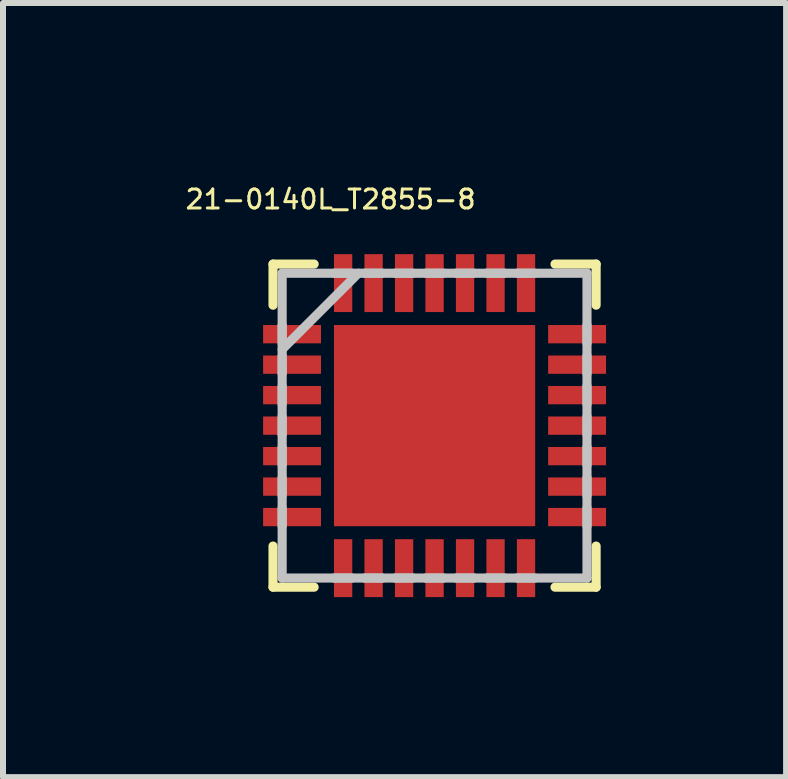
<source format=kicad_pcb>
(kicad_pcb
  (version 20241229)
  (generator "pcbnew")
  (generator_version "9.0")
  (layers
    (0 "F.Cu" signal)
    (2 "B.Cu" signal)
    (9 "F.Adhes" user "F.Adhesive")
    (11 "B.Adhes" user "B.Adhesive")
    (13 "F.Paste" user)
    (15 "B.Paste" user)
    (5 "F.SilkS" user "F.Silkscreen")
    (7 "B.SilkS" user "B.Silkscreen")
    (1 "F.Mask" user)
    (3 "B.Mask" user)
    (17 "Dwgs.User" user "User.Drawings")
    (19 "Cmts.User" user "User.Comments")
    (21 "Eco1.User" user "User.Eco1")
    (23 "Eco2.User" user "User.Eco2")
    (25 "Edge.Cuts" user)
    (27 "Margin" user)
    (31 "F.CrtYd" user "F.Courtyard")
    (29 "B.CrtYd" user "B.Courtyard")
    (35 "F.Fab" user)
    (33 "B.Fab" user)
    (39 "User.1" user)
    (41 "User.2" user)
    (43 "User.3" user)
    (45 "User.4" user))
  (footprint "21-0140L_T2855-8"
    (layer "F.Cu")
    (at 4.192 4.043)
    (property "Reference" "21-0140L_T2855-8" (at -1.733 -3.771 0) (layer "F.SilkS") (effects (font (size 0.316 0.316) (thickness 0.05))))
    (attr smd)
    (fp_line (start -2.692 -2.692) (end -2.692 -2.007) (stroke (width 0.152) (type solid)) (layer "F.SilkS"))
    (fp_line (start -2.692 2.007) (end -2.692 2.692) (stroke (width 0.152) (type solid)) (layer "F.SilkS"))
    (fp_line (start -2.692 2.692) (end -2.007 2.692) (stroke (width 0.152) (type solid)) (layer "F.SilkS"))
    (fp_line (start -2.007 -2.692) (end -2.692 -2.692) (stroke (width 0.152) (type solid)) (layer "F.SilkS"))
    (fp_line (start 2.007 2.692) (end 2.692 2.692) (stroke (width 0.152) (type solid)) (layer "F.SilkS"))
    (fp_line (start 2.692 -2.692) (end 2.007 -2.692) (stroke (width 0.152) (type solid)) (layer "F.SilkS"))
    (fp_line (start 2.692 -2.007) (end 2.692 -2.692) (stroke (width 0.152) (type solid)) (layer "F.SilkS"))
    (fp_line (start 2.692 2.692) (end 2.692 2.007) (stroke (width 0.152) (type solid)) (layer "F.SilkS"))
    (fp_poly (pts (xy -1.576 -1.576) (xy -1.576 -0.1) (xy -0.1 -0.1) (xy -0.1 -1.576)) (stroke (width 0.025) (type solid)) (fill yes) (layer "F.Paste"))
    (fp_poly (pts (xy -1.576 0.1) (xy -1.576 1.576) (xy -0.1 1.576) (xy -0.1 0.1)) (stroke (width 0.025) (type solid)) (fill yes) (layer "F.Paste"))
    (fp_poly (pts (xy 0.1 -1.576) (xy 0.1 -0.1) (xy 1.576 -0.1) (xy 1.576 -1.576)) (stroke (width 0.025) (type solid)) (fill yes) (layer "F.Paste"))
    (fp_poly (pts (xy 0.1 0.1) (xy 0.1 1.576) (xy 1.576 1.576) (xy 1.576 0.1)) (stroke (width 0.025) (type solid)) (fill yes) (layer "F.Paste"))
    (fp_line (start -2.54 -2.54) (end -2.54 2.54) (stroke (width 0.152) (type solid)) (layer "Dwgs.User"))
    (fp_line (start -2.54 -1.676) (end -2.54 -1.372) (stroke (width 0.152) (type solid)) (layer "Dwgs.User"))
    (fp_line (start -2.54 -1.27) (end -1.27 -2.54) (stroke (width 0.152) (type solid)) (layer "Dwgs.User"))
    (fp_line (start -2.54 -1.168) (end -2.54 -0.864) (stroke (width 0.152) (type solid)) (layer "Dwgs.User"))
    (fp_line (start -2.54 -0.66) (end -2.54 -0.356) (stroke (width 0.152) (type solid)) (layer "Dwgs.User"))
    (fp_line (start -2.54 -0.152) (end -2.54 0.152) (stroke (width 0.152) (type solid)) (layer "Dwgs.User"))
    (fp_line (start -2.54 0.356) (end -2.54 0.66) (stroke (width 0.152) (type solid)) (layer "Dwgs.User"))
    (fp_line (start -2.54 0.864) (end -2.54 1.168) (stroke (width 0.152) (type solid)) (layer "Dwgs.User"))
    (fp_line (start -2.54 1.372) (end -2.54 1.676) (stroke (width 0.152) (type solid)) (layer "Dwgs.User"))
    (fp_line (start -2.54 2.54) (end 2.54 2.54) (stroke (width 0.152) (type solid)) (layer "Dwgs.User"))
    (fp_line (start -1.676 2.54) (end -1.372 2.54) (stroke (width 0.152) (type solid)) (layer "Dwgs.User"))
    (fp_line (start -1.372 -2.54) (end -1.676 -2.54) (stroke (width 0.152) (type solid)) (layer "Dwgs.User"))
    (fp_line (start -1.168 2.54) (end -0.864 2.54) (stroke (width 0.152) (type solid)) (layer "Dwgs.User"))
    (fp_line (start -0.864 -2.54) (end -1.168 -2.54) (stroke (width 0.152) (type solid)) (layer "Dwgs.User"))
    (fp_line (start -0.66 2.54) (end -0.356 2.54) (stroke (width 0.152) (type solid)) (layer "Dwgs.User"))
    (fp_line (start -0.356 -2.54) (end -0.66 -2.54) (stroke (width 0.152) (type solid)) (layer "Dwgs.User"))
    (fp_line (start -0.152 2.54) (end 0.152 2.54) (stroke (width 0.152) (type solid)) (layer "Dwgs.User"))
    (fp_line (start 0.152 -2.54) (end -0.152 -2.54) (stroke (width 0.152) (type solid)) (layer "Dwgs.User"))
    (fp_line (start 0.356 2.54) (end 0.66 2.54) (stroke (width 0.152) (type solid)) (layer "Dwgs.User"))
    (fp_line (start 0.66 -2.54) (end 0.356 -2.54) (stroke (width 0.152) (type solid)) (layer "Dwgs.User"))
    (fp_line (start 0.864 2.54) (end 1.168 2.54) (stroke (width 0.152) (type solid)) (layer "Dwgs.User"))
    (fp_line (start 1.168 -2.54) (end 0.864 -2.54) (stroke (width 0.152) (type solid)) (layer "Dwgs.User"))
    (fp_line (start 1.372 2.54) (end 1.676 2.54) (stroke (width 0.152) (type solid)) (layer "Dwgs.User"))
    (fp_line (start 1.676 -2.54) (end 1.372 -2.54) (stroke (width 0.152) (type solid)) (layer "Dwgs.User"))
    (fp_line (start 2.54 -2.54) (end -2.54 -2.54) (stroke (width 0.152) (type solid)) (layer "Dwgs.User"))
    (fp_line (start 2.54 -1.372) (end 2.54 -1.676) (stroke (width 0.152) (type solid)) (layer "Dwgs.User"))
    (fp_line (start 2.54 -0.864) (end 2.54 -1.168) (stroke (width 0.152) (type solid)) (layer "Dwgs.User"))
    (fp_line (start 2.54 -0.356) (end 2.54 -0.66) (stroke (width 0.152) (type solid)) (layer "Dwgs.User"))
    (fp_line (start 2.54 0.152) (end 2.54 -0.152) (stroke (width 0.152) (type solid)) (layer "Dwgs.User"))
    (fp_line (start 2.54 0.66) (end 2.54 0.356) (stroke (width 0.152) (type solid)) (layer "Dwgs.User"))
    (fp_line (start 2.54 1.168) (end 2.54 0.864) (stroke (width 0.152) (type solid)) (layer "Dwgs.User"))
    (fp_line (start 2.54 1.676) (end 2.54 1.372) (stroke (width 0.152) (type solid)) (layer "Dwgs.User"))
    (fp_line (start 2.54 2.54) (end 2.54 -2.54) (stroke (width 0.152) (type solid)) (layer "Dwgs.User"))
    (pad "1" smd rect (at -2.375 -1.524 270) (size 0.305 0.965) (layers "F.Cu" "F.Mask" "F.Paste"))
    (pad "2" smd rect (at -2.375 -1.016 270) (size 0.305 0.965) (layers "F.Cu" "F.Mask" "F.Paste"))
    (pad "3" smd rect (at -2.375 -0.508 270) (size 0.305 0.965) (layers "F.Cu" "F.Mask" "F.Paste"))
    (pad "4" smd rect (at -2.375 0 270) (size 0.305 0.965) (layers "F.Cu" "F.Mask" "F.Paste"))
    (pad "5" smd rect (at -2.375 0.508 270) (size 0.305 0.965) (layers "F.Cu" "F.Mask" "F.Paste"))
    (pad "6" smd rect (at -2.375 1.016 270) (size 0.305 0.965) (layers "F.Cu" "F.Mask" "F.Paste"))
    (pad "7" smd rect (at -2.375 1.524 270) (size 0.305 0.965) (layers "F.Cu" "F.Mask" "F.Paste"))
    (pad "8" smd rect (at -1.524 2.375 180) (size 0.305 0.965) (layers "F.Cu" "F.Mask" "F.Paste"))
    (pad "9" smd rect (at -1.016 2.375 180) (size 0.305 0.965) (layers "F.Cu" "F.Mask" "F.Paste"))
    (pad "10" smd rect (at -0.508 2.375 180) (size 0.305 0.965) (layers "F.Cu" "F.Mask" "F.Paste"))
    (pad "11" smd rect (at 0 2.375 180) (size 0.305 0.965) (layers "F.Cu" "F.Mask" "F.Paste"))
    (pad "12" smd rect (at 0.508 2.375 180) (size 0.305 0.965) (layers "F.Cu" "F.Mask" "F.Paste"))
    (pad "13" smd rect (at 1.016 2.375 180) (size 0.305 0.965) (layers "F.Cu" "F.Mask" "F.Paste"))
    (pad "14" smd rect (at 1.524 2.375 180) (size 0.305 0.965) (layers "F.Cu" "F.Mask" "F.Paste"))
    (pad "15" smd rect (at 2.375 1.524 270) (size 0.305 0.965) (layers "F.Cu" "F.Mask" "F.Paste"))
    (pad "16" smd rect (at 2.375 1.016 270) (size 0.305 0.965) (layers "F.Cu" "F.Mask" "F.Paste"))
    (pad "17" smd rect (at 2.375 0.508 270) (size 0.305 0.965) (layers "F.Cu" "F.Mask" "F.Paste"))
    (pad "18" smd rect (at 2.375 0 270) (size 0.305 0.965) (layers "F.Cu" "F.Mask" "F.Paste"))
    (pad "19" smd rect (at 2.375 -0.508 270) (size 0.305 0.965) (layers "F.Cu" "F.Mask" "F.Paste"))
    (pad "20" smd rect (at 2.375 -1.016 270) (size 0.305 0.965) (layers "F.Cu" "F.Mask" "F.Paste"))
    (pad "21" smd rect (at 2.375 -1.524 270) (size 0.305 0.965) (layers "F.Cu" "F.Mask" "F.Paste"))
    (pad "22" smd rect (at 1.524 -2.375 180) (size 0.305 0.965) (layers "F.Cu" "F.Mask" "F.Paste"))
    (pad "23" smd rect (at 1.016 -2.375 180) (size 0.305 0.965) (layers "F.Cu" "F.Mask" "F.Paste"))
    (pad "24" smd rect (at 0.508 -2.375 180) (size 0.305 0.965) (layers "F.Cu" "F.Mask" "F.Paste"))
    (pad "25" smd rect (at 0 -2.375 180) (size 0.305 0.965) (layers "F.Cu" "F.Mask" "F.Paste"))
    (pad "26" smd rect (at -0.508 -2.375 180) (size 0.305 0.965) (layers "F.Cu" "F.Mask" "F.Paste"))
    (pad "27" smd rect (at -1.016 -2.375 180) (size 0.305 0.965) (layers "F.Cu" "F.Mask" "F.Paste"))
    (pad "28" smd rect (at -1.524 -2.375 180) (size 0.305 0.965) (layers "F.Cu" "F.Mask" "F.Paste"))
    (pad "29" smd rect (at 0 0) (size 3.353 3.353) (layers "F.Cu" "F.Mask" "F.Paste")))
  (gr_rect
    (start -3 -3)
    (end 10.05 9.901)
    (stroke (width 0.1) (type default))
    (fill no)
    (layer "Edge.Cuts")))
</source>
